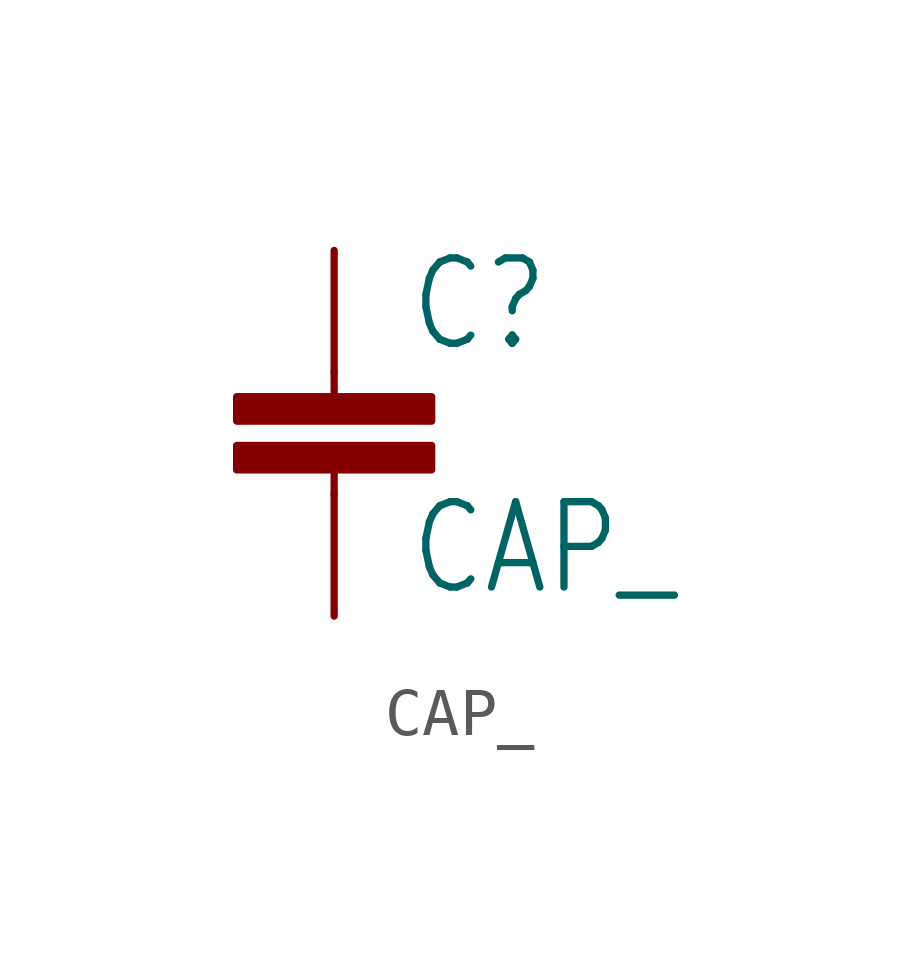
<source format=kicad_sym>
(kicad_symbol_lib
  (version 20220914)
  (generator kicad_symbol_editor)
  (symbol "CAP_"
    (property "Reference" "C"
      (at 1.524 2.921 0)
      (effects (font (size 1.778 1.511)) (justify left bottom)))
    (property "Value" "CAP_"
      (at 1.524 -2.159 0)
      (effects (font (size 1.778 1.511)) (justify left bottom)))
    (property "ki_locked" ""
      (at 0 0 0)
      (effects (font (size 1.27 1.27))))
    (symbol "CAP__1_0"
      (rectangle (start -2.032 0.508) (end 2.032 1.016) (stroke (width 0) (type default)) (fill (type outline)))
      (rectangle (start -2.032 1.524) (end 2.032 2.032) (stroke (width 0) (type default)) (fill (type outline)))
      (polyline (pts (xy 0 0) (xy 0 0.508)) (stroke (width 0.152) (type default)) (fill (type none)))
      (polyline (pts (xy 0 2.54) (xy 0 2.032)) (stroke (width 0.152) (type default)) (fill (type none)))
      (pin passive line (at 0 5.08 270) (length 2.54) (name "1" (effects (font (size 0 0)))) (number "P$1" (effects (font (size 0 0)))))
      (pin passive line (at 0 -2.54 90) (length 2.54) (name "2" (effects (font (size 0 0)))) (number "P$2" (effects (font (size 0 0))))))))
</source>
